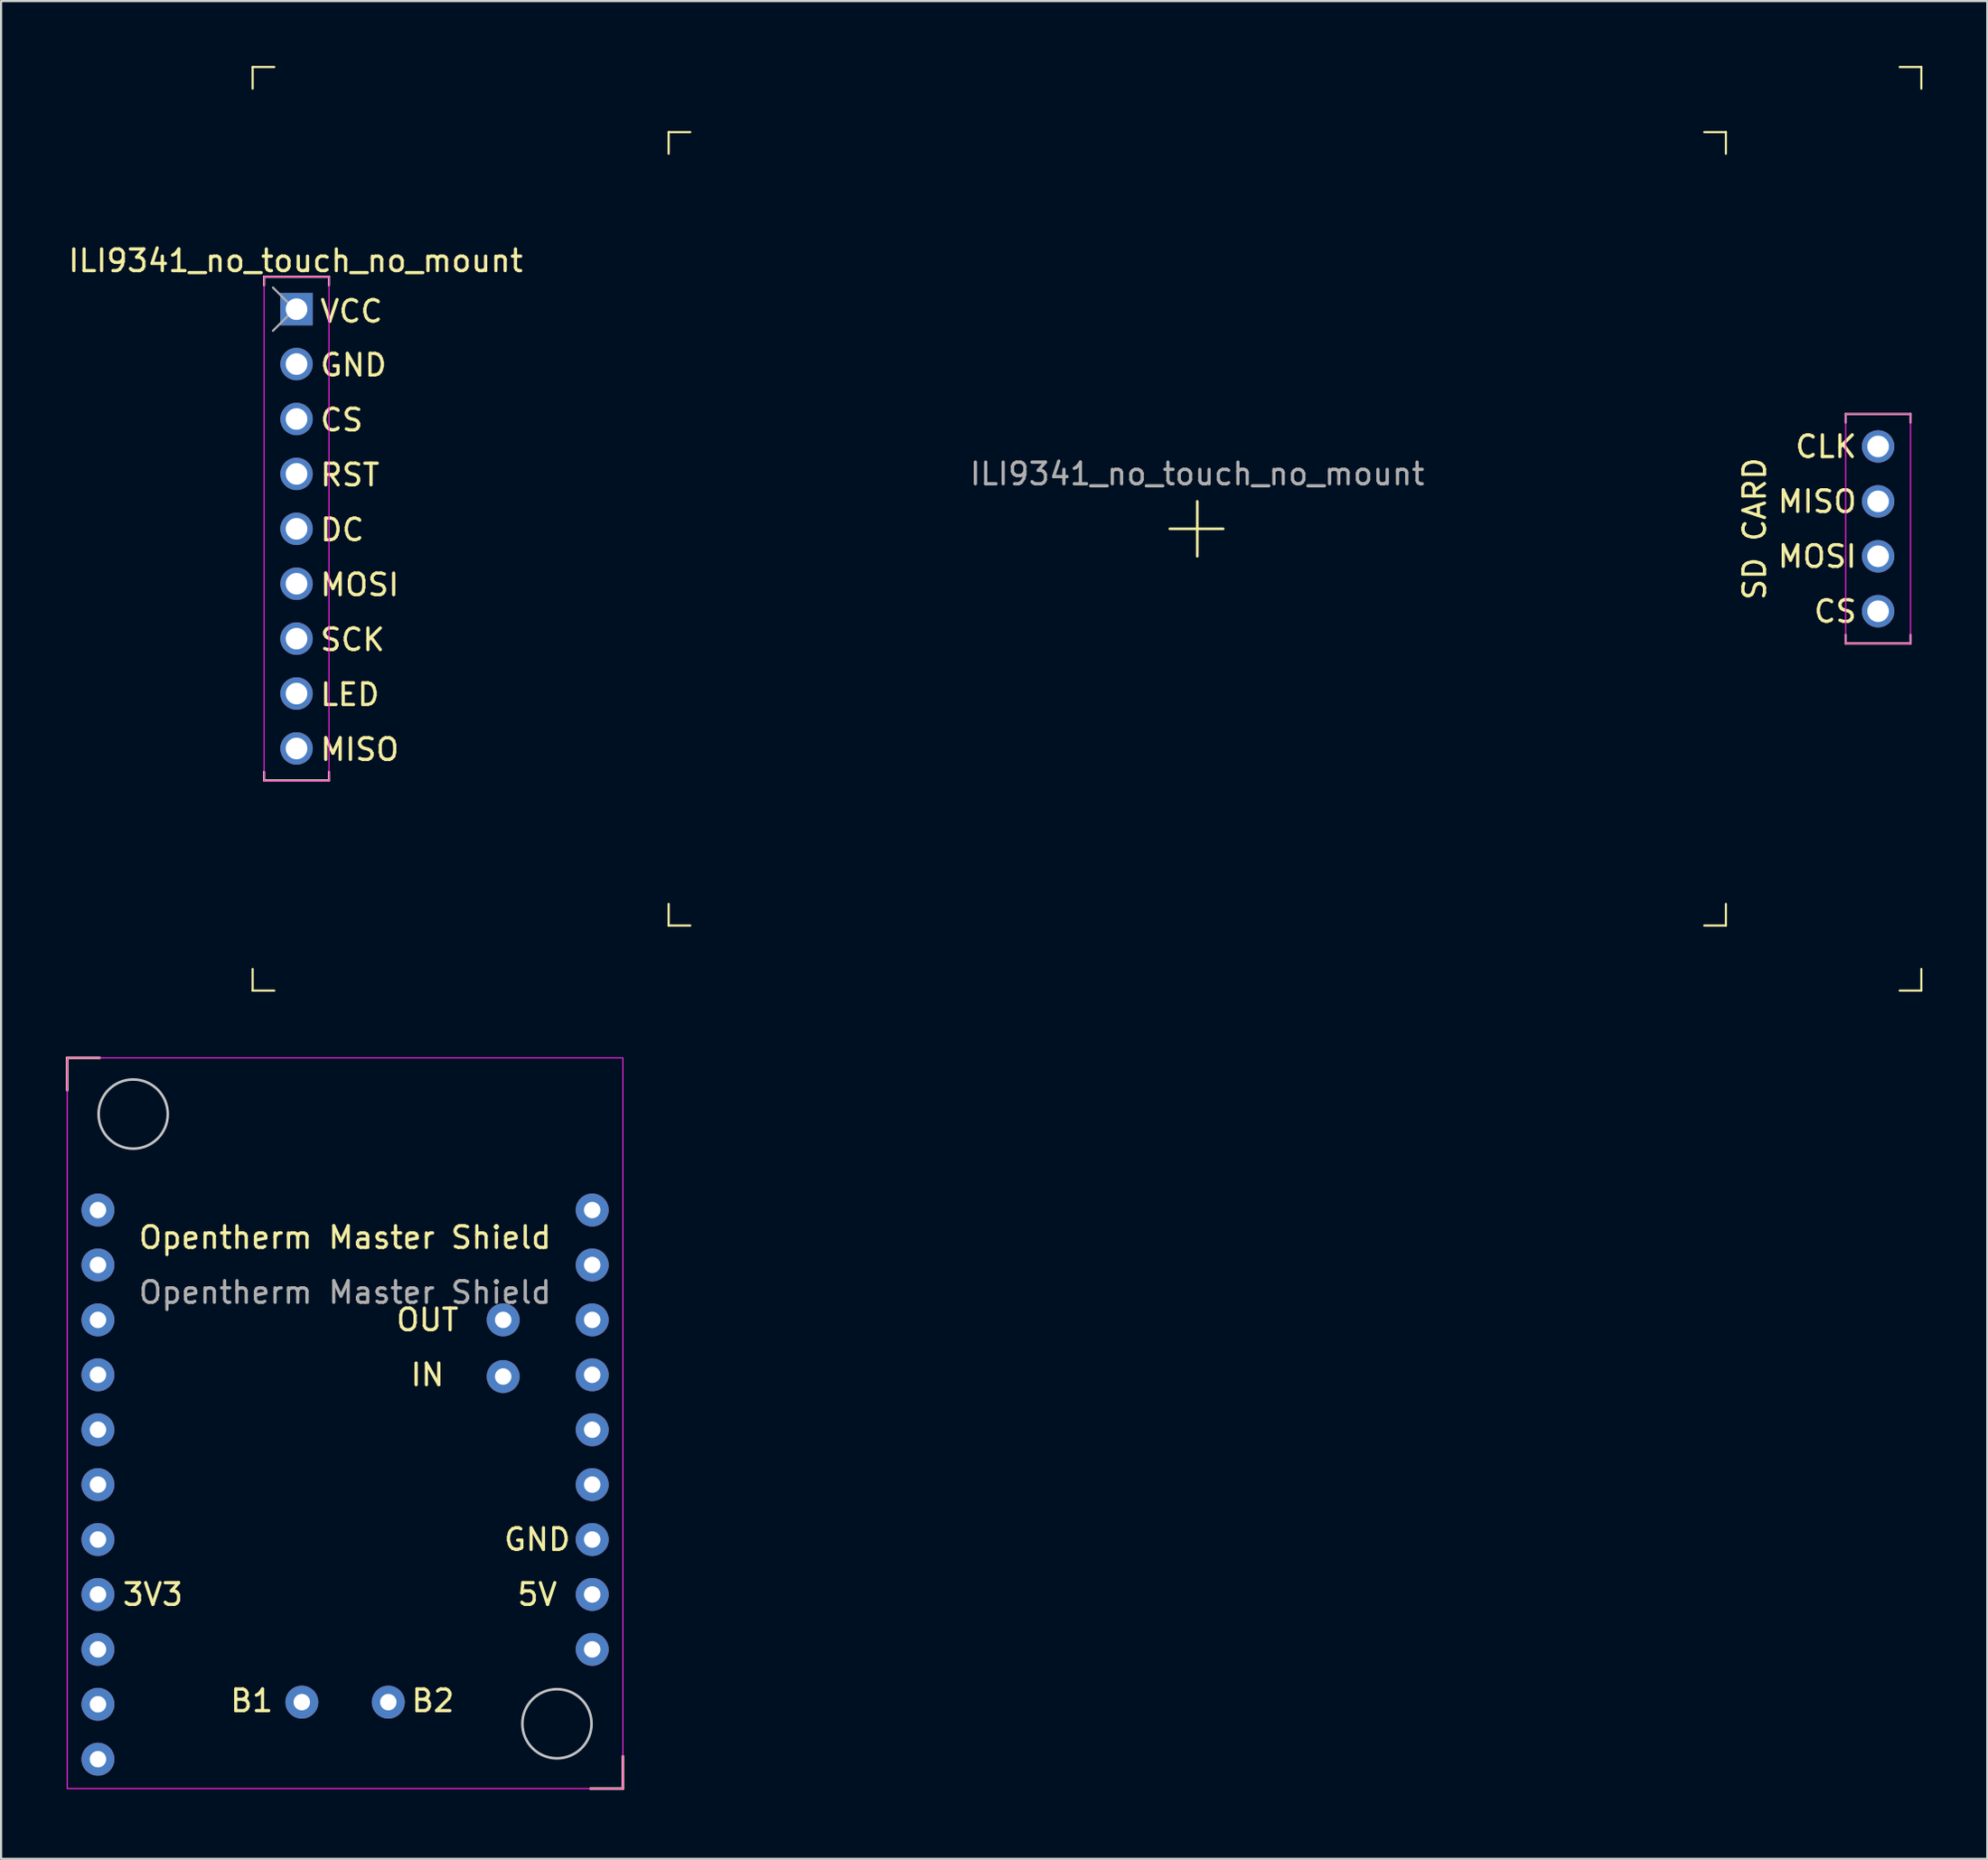
<source format=kicad_pcb>
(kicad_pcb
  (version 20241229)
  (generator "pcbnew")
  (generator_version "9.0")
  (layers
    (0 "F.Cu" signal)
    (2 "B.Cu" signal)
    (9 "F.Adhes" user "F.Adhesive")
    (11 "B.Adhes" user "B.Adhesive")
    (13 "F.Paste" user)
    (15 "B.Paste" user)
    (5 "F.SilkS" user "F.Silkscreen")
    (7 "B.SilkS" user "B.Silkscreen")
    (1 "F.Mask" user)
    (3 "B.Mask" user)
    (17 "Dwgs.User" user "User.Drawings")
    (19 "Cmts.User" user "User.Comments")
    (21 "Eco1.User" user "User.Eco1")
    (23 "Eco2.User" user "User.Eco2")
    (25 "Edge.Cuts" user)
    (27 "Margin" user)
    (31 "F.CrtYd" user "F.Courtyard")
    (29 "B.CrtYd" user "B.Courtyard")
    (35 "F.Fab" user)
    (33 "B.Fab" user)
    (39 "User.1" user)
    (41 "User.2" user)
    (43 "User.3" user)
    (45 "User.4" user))
  (footprint "ILI9341_no_touch_no_mount"
    (layer "F.Cu")
    (at 52.325 21.41)
    (property "Reference" "ILI9341_no_touch_no_mount" (at -41.7 -12.4 0) (layer "F.SilkS") (effects (font (size 1 1) (thickness 0.15))))
    (attr through_hole)
    (fp_line (start -43.69 -21.36) (end -43.69 -20.36) (stroke (width 0.1) (type default)) (layer "F.SilkS"))
    (fp_line (start -43.69 -21.36) (end -42.69 -21.36) (stroke (width 0.1) (type default)) (layer "F.SilkS"))
    (fp_line (start -43.69 21.36) (end -43.69 20.36) (stroke (width 0.1) (type default)) (layer "F.SilkS"))
    (fp_line (start -43.69 21.36) (end -42.69 21.36) (stroke (width 0.1) (type default)) (layer "F.SilkS"))
    (fp_line (start -43.16 -11.66) (end -40.16 -11.66) (stroke (width 0.1) (type default)) (layer "F.SilkS"))
    (fp_line (start -43.16 -11.26) (end -43.16 -11.66) (stroke (width 0.1) (type default)) (layer "F.SilkS"))
    (fp_line (start -43.16 11.64) (end -43.16 11.24) (stroke (width 0.1) (type default)) (layer "F.SilkS"))
    (fp_line (start -43.16 11.64) (end -40.16 11.64) (stroke (width 0.1) (type default)) (layer "F.SilkS"))
    (fp_line (start -40.16 -11.26) (end -40.16 -11.66) (stroke (width 0.1) (type default)) (layer "F.SilkS"))
    (fp_line (start -40.16 11.64) (end -40.16 11.24) (stroke (width 0.1) (type default)) (layer "F.SilkS"))
    (fp_line (start -24.45 -18.35) (end -24.45 -17.35) (stroke (width 0.1) (type default)) (layer "F.SilkS"))
    (fp_line (start -24.45 -18.35) (end -23.45 -18.35) (stroke (width 0.1) (type default)) (layer "F.SilkS"))
    (fp_line (start -24.45 18.35) (end -24.45 17.35) (stroke (width 0.1) (type default)) (layer "F.SilkS"))
    (fp_line (start -24.45 18.35) (end -23.45 18.35) (stroke (width 0.1) (type default)) (layer "F.SilkS"))
    (fp_line (start 0 -1.27) (end 0 1.27) (stroke (width 0.12) (type solid)) (layer "F.SilkS"))
    (fp_line (start 1.2 0) (end -1.27 0) (stroke (width 0.12) (type solid)) (layer "F.SilkS"))
    (fp_line (start 24.45 -18.35) (end 23.45 -18.35) (stroke (width 0.1) (type default)) (layer "F.SilkS"))
    (fp_line (start 24.45 -18.35) (end 24.45 -17.35) (stroke (width 0.1) (type default)) (layer "F.SilkS"))
    (fp_line (start 24.45 18.35) (end 23.45 18.35) (stroke (width 0.1) (type default)) (layer "F.SilkS"))
    (fp_line (start 24.45 18.35) (end 24.45 17.35) (stroke (width 0.1) (type default)) (layer "F.SilkS"))
    (fp_line (start 29.99 -5.31) (end 32.99 -5.31) (stroke (width 0.1) (type default)) (layer "F.SilkS"))
    (fp_line (start 29.99 -4.91) (end 29.99 -5.31) (stroke (width 0.1) (type default)) (layer "F.SilkS"))
    (fp_line (start 29.99 4.9) (end 29.99 5.3) (stroke (width 0.1) (type default)) (layer "F.SilkS"))
    (fp_line (start 29.99 5.3) (end 32.99 5.3) (stroke (width 0.1) (type default)) (layer "F.SilkS"))
    (fp_line (start 32.99 -4.91) (end 32.99 -5.31) (stroke (width 0.1) (type default)) (layer "F.SilkS"))
    (fp_line (start 32.99 4.9) (end 32.99 5.3) (stroke (width 0.1) (type default)) (layer "F.SilkS"))
    (fp_line (start 33.49 -21.36) (end 32.49 -21.36) (stroke (width 0.1) (type default)) (layer "F.SilkS"))
    (fp_line (start 33.49 -21.36) (end 33.49 -20.36) (stroke (width 0.1) (type default)) (layer "F.SilkS"))
    (fp_line (start 33.49 21.36) (end 32.49 21.36) (stroke (width 0.1) (type default)) (layer "F.SilkS"))
    (fp_line (start 33.49 21.36) (end 33.49 20.36) (stroke (width 0.1) (type default)) (layer "F.SilkS"))
    (fp_rect (start -43.16 -11.66) (end -40.16 11.66) (stroke (width 0.05) (type default)) (fill no) (layer "F.CrtYd"))
    (fp_rect (start 29.99 -5.31) (end 32.99 5.31) (stroke (width 0.05) (type default)) (fill no) (layer "F.CrtYd"))
    (fp_line (start -42.75 -9.16) (end -41.75 -10.16) (stroke (width 0.1) (type solid)) (layer "F.Fab"))
    (fp_line (start -41.75 -10.16) (end -42.75 -11.16) (stroke (width 0.1) (type solid)) (layer "F.Fab"))
    (fp_text user "SD CARD" (at 25.781 0 90) (unlocked yes) (layer "F.SilkS") (effects (font (size 1 1) (thickness 0.15))))
    (fp_text user "MISO" (at 28.675 -1.26 0) (unlocked yes) (layer "F.SilkS") (effects (font (size 1 1) (thickness 0.15))))
    (fp_text user "VCC" (at -39.12 -10.06 0) (unlocked yes) (layer "F.SilkS") (effects (font (size 1 1) (thickness 0.15))))
    (fp_text user "CLK" (at 29.08 -3.8 0) (unlocked yes) (layer "F.SilkS") (effects (font (size 1 1) (thickness 0.15))))
    (fp_text user "MOSI" (at 28.675 1.28 0) (unlocked yes) (layer "F.SilkS") (effects (font (size 1 1) (thickness 0.15))))
    (fp_text user "RST" (at -39.191 -2.49 0) (unlocked yes) (layer "F.SilkS") (effects (font (size 1 1) (thickness 0.15))))
    (fp_text user "SCK" (at -39.072 5.13 0) (unlocked yes) (layer "F.SilkS") (effects (font (size 1 1) (thickness 0.15))))
    (fp_text user "CS" (at 29.509 3.82 0) (unlocked yes) (layer "F.SilkS") (effects (font (size 1 1) (thickness 0.15))))
    (fp_text user "MOSI" (at -38.739 2.59 0) (unlocked yes) (layer "F.SilkS") (effects (font (size 1 1) (thickness 0.15))))
    (fp_text user "DC" (at -39.549 0.05 0) (unlocked yes) (layer "F.SilkS") (effects (font (size 1 1) (thickness 0.15))))
    (fp_text user "GND" (at -39.025 -7.57 0) (unlocked yes) (layer "F.SilkS") (effects (font (size 1 1) (thickness 0.15))))
    (fp_text user "LED" (at -39.191 7.67 0) (unlocked yes) (layer "F.SilkS") (effects (font (size 1 1) (thickness 0.15))))
    (fp_text user "CS" (at -39.572 -5.03 0) (unlocked yes) (layer "F.SilkS") (effects (font (size 1 1) (thickness 0.15))))
    (fp_text user "MISO" (at -38.739 10.21 0) (unlocked yes) (layer "F.SilkS") (effects (font (size 1 1) (thickness 0.15))))
    (fp_text user "${REFERENCE}" (at 0 -2.54 0) (layer "F.Fab") (effects (font (size 1 1) (thickness 0.15))))
    (pad "1" thru_hole rect (at -41.66 -10.16) (size 1.5 1.5) (drill 1) (layers "*.Cu" "*.Mask"))
    (pad "2" thru_hole circle (at -41.66 -7.62) (size 1.5 1.5) (drill 1) (layers "*.Cu" "*.Mask"))
    (pad "3" thru_hole circle (at -41.66 -5.08) (size 1.5 1.5) (drill 1) (layers "*.Cu" "*.Mask"))
    (pad "4" thru_hole circle (at -41.66 -2.54) (size 1.5 1.5) (drill 1) (layers "*.Cu" "*.Mask"))
    (pad "5" thru_hole circle (at -41.66 0) (size 1.5 1.5) (drill 1) (layers "*.Cu" "*.Mask"))
    (pad "6" thru_hole circle (at -41.66 2.54) (size 1.5 1.5) (drill 1) (layers "*.Cu" "*.Mask"))
    (pad "7" thru_hole circle (at -41.66 5.08) (size 1.5 1.5) (drill 1) (layers "*.Cu" "*.Mask"))
    (pad "8" thru_hole circle (at -41.66 7.62) (size 1.5 1.5) (drill 1) (layers "*.Cu" "*.Mask"))
    (pad "9" thru_hole circle (at -41.66 10.16) (size 1.5 1.5) (drill 1) (layers "*.Cu" "*.Mask"))
    (pad "10" thru_hole circle (at 31.49 3.81) (size 1.5 1.5) (drill 1) (layers "*.Cu" "*.Mask"))
    (pad "11" thru_hole circle (at 31.49 1.27) (size 1.5 1.5) (drill 1) (layers "*.Cu" "*.Mask"))
    (pad "12" thru_hole circle (at 31.49 -1.27) (size 1.5 1.5) (drill 1) (layers "*.Cu" "*.Mask"))
    (pad "13" thru_hole circle (at 31.49 -3.81) (size 1.5 1.5) (drill 1) (layers "*.Cu" "*.Mask")))
  (footprint "Opentherm Master Shield"
    (layer "F.Cu")
    (at 12.91 79.68)
    (property "Reference" "Opentherm Master Shield" (at 0 -25.49 0) (unlocked yes) (layer "F.SilkS") (effects (font (size 1 1) (thickness 0.15))))
    (attr through_hole)
    (fp_line (start -12.85 -33.8) (end -12.85 -32.3) (stroke (width 0.12) (type solid)) (layer "F.SilkS"))
    (fp_line (start -11.35 -33.8) (end -12.85 -33.8) (stroke (width 0.12) (type solid)) (layer "F.SilkS"))
    (fp_line (start 12.85 0) (end 11.35 0) (stroke (width 0.12) (type solid)) (layer "F.SilkS"))
    (fp_line (start 12.85 0) (end 12.85 -1.5) (stroke (width 0.12) (type solid)) (layer "F.SilkS"))
    (fp_circle (center -9.8 -31.2) (end -8.2 -31.2) (stroke (width 0.12) (type solid)) (fill no) (layer "Dwgs.User"))
    (fp_circle (center 9.8 -3) (end 11.4 -3) (stroke (width 0.12) (type solid)) (fill no) (layer "Dwgs.User"))
    (fp_rect (start 12.85 -33.8) (end -12.85 0) (stroke (width 0.05) (type solid)) (fill no) (layer "F.CrtYd"))
    (fp_text user "OUT" (at 3.81 -21.68 0) (unlocked yes) (layer "F.SilkS") (effects (font (size 1 1) (thickness 0.15))))
    (fp_text user "GND" (at 8.89 -11.52 0) (unlocked yes) (layer "F.SilkS") (effects (font (size 1 1) (thickness 0.15))))
    (fp_text user "5V" (at 8.89 -8.98 0) (unlocked yes) (layer "F.SilkS") (effects (font (size 1 1) (thickness 0.15))))
    (fp_text user "B2" (at 4.064 -4.064 0) (unlocked yes) (layer "F.SilkS") (effects (font (size 1 1) (thickness 0.15))))
    (fp_text user "IN" (at 3.81 -19.14 0) (unlocked yes) (layer "F.SilkS") (effects (font (size 1 1) (thickness 0.15))))
    (fp_text user "B1" (at -4.318 -4.064 0) (unlocked yes) (layer "F.SilkS") (effects (font (size 1 1) (thickness 0.15))))
    (fp_text user "3V3" (at -8.89 -8.98 0) (unlocked yes) (layer "F.SilkS") (effects (font (size 1 1) (thickness 0.15))))
    (fp_text user "${REFERENCE}" (at 0 -22.95 0) (unlocked yes) (layer "F.Fab") (effects (font (size 1 1) (thickness 0.15))))
    (pad "1" thru_hole circle (at -11.43 -1.36) (size 1.524 1.524) (drill 0.762) (layers "*.Cu" "*.Mask"))
    (pad "2" thru_hole circle (at -11.43 -3.9) (size 1.524 1.524) (drill 0.762) (layers "*.Cu" "*.Mask"))
    (pad "3" thru_hole circle (at -11.43 -6.44) (size 1.524 1.524) (drill 0.762) (layers "*.Cu" "*.Mask"))
    (pad "4" thru_hole circle (at -11.43 -8.98) (size 1.524 1.524) (drill 0.762) (layers "*.Cu" "*.Mask"))
    (pad "5" thru_hole circle (at -11.43 -11.52) (size 1.524 1.524) (drill 0.762) (layers "*.Cu" "*.Mask"))
    (pad "6" thru_hole circle (at -11.43 -14.06) (size 1.524 1.524) (drill 0.762) (layers "*.Cu" "*.Mask"))
    (pad "7" thru_hole circle (at -11.43 -16.6) (size 1.524 1.524) (drill 0.762) (layers "*.Cu" "*.Mask"))
    (pad "8" thru_hole circle (at -11.43 -19.14) (size 1.524 1.524) (drill 0.762) (layers "*.Cu" "*.Mask"))
    (pad "9" thru_hole circle (at -11.43 -21.68) (size 1.524 1.524) (drill 0.762) (layers "*.Cu" "*.Mask"))
    (pad "10" thru_hole circle (at -11.43 -24.22) (size 1.524 1.524) (drill 0.762) (layers "*.Cu" "*.Mask"))
    (pad "11" thru_hole circle (at -11.43 -26.76) (size 1.524 1.524) (drill 0.762) (layers "*.Cu" "*.Mask"))
    (pad "12" thru_hole circle (at 11.43 -26.76) (size 1.524 1.524) (drill 0.762) (layers "*.Cu" "*.Mask"))
    (pad "13" thru_hole circle (at 11.43 -24.22) (size 1.524 1.524) (drill 0.762) (layers "*.Cu" "*.Mask"))
    (pad "14" thru_hole circle (at 11.43 -21.68) (size 1.524 1.524) (drill 0.762) (layers "*.Cu" "*.Mask"))
    (pad "15" thru_hole circle (at 11.43 -19.14) (size 1.524 1.524) (drill 0.762) (layers "*.Cu" "*.Mask"))
    (pad "16" thru_hole circle (at 11.43 -16.6) (size 1.524 1.524) (drill 0.762) (layers "*.Cu" "*.Mask"))
    (pad "17" thru_hole circle (at 11.43 -14.06) (size 1.524 1.524) (drill 0.762) (layers "*.Cu" "*.Mask"))
    (pad "18" thru_hole circle (at 11.43 -11.52) (size 1.524 1.524) (drill 0.762) (layers "*.Cu" "*.Mask"))
    (pad "19" thru_hole circle (at 11.43 -8.98) (size 1.524 1.524) (drill 0.762) (layers "*.Cu" "*.Mask"))
    (pad "20" thru_hole circle (at 11.43 -6.44) (size 1.524 1.524) (drill 0.762) (layers "*.Cu" "*.Mask"))
    (pad "21" thru_hole circle (at 7.313 -21.68) (size 1.524 1.524) (drill 0.762) (layers "*.Cu" "*.Mask"))
    (pad "22" thru_hole circle (at 7.313 -19.06) (size 1.524 1.524) (drill 0.762) (layers "*.Cu" "*.Mask"))
    (pad "23" thru_hole circle (at -2 -4) (size 1.524 1.524) (drill 0.762) (layers "*.Cu" "*.Mask"))
    (pad "24" thru_hole circle (at 2 -4) (size 1.524 1.524) (drill 0.762) (layers "*.Cu" "*.Mask")))
  (gr_rect
    (start -3 -3)
    (end 88.865 82.93)
    (stroke (width 0.1) (type default))
    (fill no)
    (layer "Edge.Cuts")))
</source>
